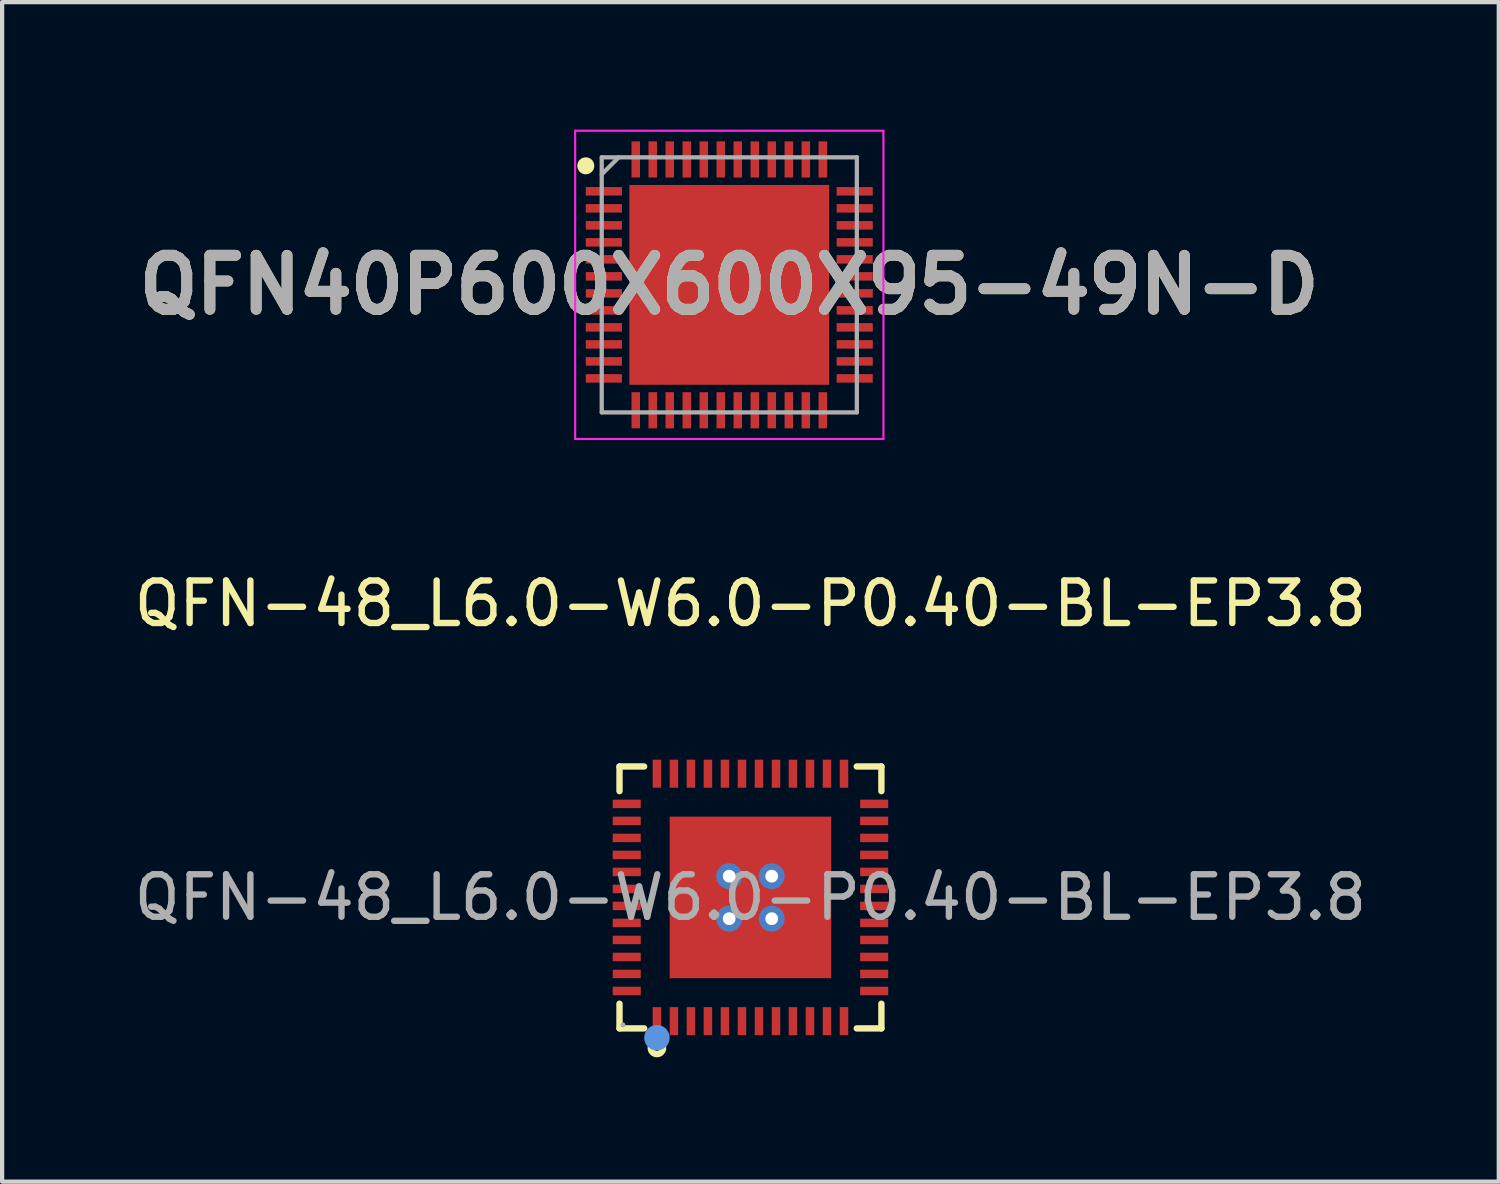
<source format=kicad_pcb>
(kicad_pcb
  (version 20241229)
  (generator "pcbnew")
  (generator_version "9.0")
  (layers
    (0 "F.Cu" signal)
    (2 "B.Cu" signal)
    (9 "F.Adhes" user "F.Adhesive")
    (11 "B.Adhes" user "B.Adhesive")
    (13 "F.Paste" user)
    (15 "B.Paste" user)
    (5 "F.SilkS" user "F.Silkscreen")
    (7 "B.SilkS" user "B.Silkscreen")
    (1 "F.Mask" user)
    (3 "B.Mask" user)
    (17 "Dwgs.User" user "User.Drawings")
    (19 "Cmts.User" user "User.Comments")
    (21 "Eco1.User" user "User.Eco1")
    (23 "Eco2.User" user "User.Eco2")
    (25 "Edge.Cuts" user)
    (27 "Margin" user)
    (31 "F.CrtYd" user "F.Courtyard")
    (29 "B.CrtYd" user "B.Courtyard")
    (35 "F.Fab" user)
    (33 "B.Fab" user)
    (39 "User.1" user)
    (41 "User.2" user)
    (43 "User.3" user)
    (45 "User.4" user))
  (footprint "QFN-48_L6.0-W6.0-P0.40-BL-EP3.8"
    (layer "F.Cu")
    (at 14.601 18.058)
    (property "Reference" "QFN-48_L6.0-W6.0-P0.40-BL-EP3.8" (at 0 -6.91 0) (layer "F.SilkS") (effects (font (size 1 1) (thickness 0.15))))
    (attr smd)
    (fp_line (start -3.08 -3.08) (end -2.5 -3.08) (stroke (width 0.15) (type solid)) (layer "F.SilkS"))
    (fp_line (start -3.08 -2.5) (end -3.08 -3.08) (stroke (width 0.15) (type solid)) (layer "F.SilkS"))
    (fp_line (start -3.08 2.5) (end -3.08 3.08) (stroke (width 0.15) (type solid)) (layer "F.SilkS"))
    (fp_line (start -3.08 3.08) (end -2.5 3.08) (stroke (width 0.15) (type solid)) (layer "F.SilkS"))
    (fp_line (start 3.08 -3.08) (end 2.5 -3.08) (stroke (width 0.15) (type solid)) (layer "F.SilkS"))
    (fp_line (start 3.08 -2.5) (end 3.08 -3.08) (stroke (width 0.15) (type solid)) (layer "F.SilkS"))
    (fp_line (start 3.08 2.5) (end 3.08 3.08) (stroke (width 0.15) (type solid)) (layer "F.SilkS"))
    (fp_line (start 3.08 3.08) (end 2.5 3.08) (stroke (width 0.15) (type solid)) (layer "F.SilkS"))
    (fp_circle (center -2.2 3.54) (end -2.13 3.54) (stroke (width 0.15) (type solid)) (fill no) (layer "F.SilkS"))
    (fp_circle (center -2.2 3.3) (end -2.05 3.3) (stroke (width 0.3) (type solid)) (fill no) (layer "Cmts.User"))
    (fp_circle (center -3 3) (end -2.97 3) (stroke (width 0.06) (type solid)) (fill no) (layer "F.Fab"))
    (fp_text user "${REFERENCE}" (at 0 0 0) (layer "F.Fab") (effects (font (size 1 1) (thickness 0.15))))
    (pad "" thru_hole circle (at -0.5 -0.5) (size 0.61 0.61) (drill 0.3) (layers "*.Cu" "*.Paste" "*.Mask"))
    (pad "" thru_hole circle (at -0.5 0.5) (size 0.61 0.61) (drill 0.3) (layers "*.Cu" "*.Paste" "*.Mask"))
    (pad "" thru_hole circle (at 0.5 -0.5) (size 0.61 0.61) (drill 0.3) (layers "*.Cu" "*.Paste" "*.Mask"))
    (pad "" thru_hole circle (at 0.5 0.5) (size 0.61 0.61) (drill 0.3) (layers "*.Cu" "*.Paste" "*.Mask"))
    (pad "1" smd rect (at -2.2 2.91) (size 0.2 0.66) (layers "F.Cu" "F.Mask" "F.Paste"))
    (pad "2" smd rect (at -1.8 2.91) (size 0.2 0.66) (layers "F.Cu" "F.Mask" "F.Paste"))
    (pad "3" smd rect (at -1.4 2.91) (size 0.2 0.66) (layers "F.Cu" "F.Mask" "F.Paste"))
    (pad "4" smd rect (at -1 2.91) (size 0.2 0.66) (layers "F.Cu" "F.Mask" "F.Paste"))
    (pad "5" smd rect (at -0.6 2.91) (size 0.2 0.66) (layers "F.Cu" "F.Mask" "F.Paste"))
    (pad "6" smd rect (at -0.2 2.91) (size 0.2 0.66) (layers "F.Cu" "F.Mask" "F.Paste"))
    (pad "7" smd rect (at 0.2 2.91) (size 0.2 0.66) (layers "F.Cu" "F.Mask" "F.Paste"))
    (pad "8" smd rect (at 0.6 2.91) (size 0.2 0.66) (layers "F.Cu" "F.Mask" "F.Paste"))
    (pad "9" smd rect (at 1 2.91) (size 0.2 0.66) (layers "F.Cu" "F.Mask" "F.Paste"))
    (pad "10" smd rect (at 1.4 2.91) (size 0.2 0.66) (layers "F.Cu" "F.Mask" "F.Paste"))
    (pad "11" smd rect (at 1.8 2.91) (size 0.2 0.66) (layers "F.Cu" "F.Mask" "F.Paste"))
    (pad "12" smd rect (at 2.2 2.91) (size 0.2 0.66) (layers "F.Cu" "F.Mask" "F.Paste"))
    (pad "13" smd rect (at 2.91 2.2) (size 0.66 0.2) (layers "F.Cu" "F.Mask" "F.Paste"))
    (pad "14" smd rect (at 2.91 1.8) (size 0.66 0.2) (layers "F.Cu" "F.Mask" "F.Paste"))
    (pad "15" smd rect (at 2.91 1.4) (size 0.66 0.2) (layers "F.Cu" "F.Mask" "F.Paste"))
    (pad "16" smd rect (at 2.91 1) (size 0.66 0.2) (layers "F.Cu" "F.Mask" "F.Paste"))
    (pad "17" smd rect (at 2.91 0.6) (size 0.66 0.2) (layers "F.Cu" "F.Mask" "F.Paste"))
    (pad "18" smd rect (at 2.91 0.2) (size 0.66 0.2) (layers "F.Cu" "F.Mask" "F.Paste"))
    (pad "19" smd rect (at 2.91 -0.2) (size 0.66 0.2) (layers "F.Cu" "F.Mask" "F.Paste"))
    (pad "20" smd rect (at 2.91 -0.6) (size 0.66 0.2) (layers "F.Cu" "F.Mask" "F.Paste"))
    (pad "21" smd rect (at 2.91 -1) (size 0.66 0.2) (layers "F.Cu" "F.Mask" "F.Paste"))
    (pad "22" smd rect (at 2.91 -1.4) (size 0.66 0.2) (layers "F.Cu" "F.Mask" "F.Paste"))
    (pad "23" smd rect (at 2.91 -1.8) (size 0.66 0.2) (layers "F.Cu" "F.Mask" "F.Paste"))
    (pad "24" smd rect (at 2.91 -2.2) (size 0.66 0.2) (layers "F.Cu" "F.Mask" "F.Paste"))
    (pad "25" smd rect (at 2.2 -2.91) (size 0.2 0.66) (layers "F.Cu" "F.Mask" "F.Paste"))
    (pad "26" smd rect (at 1.8 -2.91) (size 0.2 0.66) (layers "F.Cu" "F.Mask" "F.Paste"))
    (pad "27" smd rect (at 1.4 -2.91) (size 0.2 0.66) (layers "F.Cu" "F.Mask" "F.Paste"))
    (pad "28" smd rect (at 1 -2.91) (size 0.2 0.66) (layers "F.Cu" "F.Mask" "F.Paste"))
    (pad "29" smd rect (at 0.6 -2.91) (size 0.2 0.66) (layers "F.Cu" "F.Mask" "F.Paste"))
    (pad "30" smd rect (at 0.2 -2.91) (size 0.2 0.66) (layers "F.Cu" "F.Mask" "F.Paste"))
    (pad "31" smd rect (at -0.2 -2.91) (size 0.2 0.66) (layers "F.Cu" "F.Mask" "F.Paste"))
    (pad "32" smd rect (at -0.6 -2.91) (size 0.2 0.66) (layers "F.Cu" "F.Mask" "F.Paste"))
    (pad "33" smd rect (at -1 -2.91) (size 0.2 0.66) (layers "F.Cu" "F.Mask" "F.Paste"))
    (pad "34" smd rect (at -1.4 -2.91) (size 0.2 0.66) (layers "F.Cu" "F.Mask" "F.Paste"))
    (pad "35" smd rect (at -1.8 -2.91) (size 0.2 0.66) (layers "F.Cu" "F.Mask" "F.Paste"))
    (pad "36" smd rect (at -2.2 -2.91) (size 0.2 0.66) (layers "F.Cu" "F.Mask" "F.Paste"))
    (pad "37" smd rect (at -2.91 -2.2) (size 0.66 0.2) (layers "F.Cu" "F.Mask" "F.Paste"))
    (pad "38" smd rect (at -2.91 -1.8) (size 0.66 0.2) (layers "F.Cu" "F.Mask" "F.Paste"))
    (pad "39" smd rect (at -2.91 -1.4) (size 0.66 0.2) (layers "F.Cu" "F.Mask" "F.Paste"))
    (pad "40" smd rect (at -2.91 -1) (size 0.66 0.2) (layers "F.Cu" "F.Mask" "F.Paste"))
    (pad "41" smd rect (at -2.91 -0.6) (size 0.66 0.2) (layers "F.Cu" "F.Mask" "F.Paste"))
    (pad "42" smd rect (at -2.91 -0.2) (size 0.66 0.2) (layers "F.Cu" "F.Mask" "F.Paste"))
    (pad "43" smd rect (at -2.91 0.2) (size 0.66 0.2) (layers "F.Cu" "F.Mask" "F.Paste"))
    (pad "44" smd rect (at -2.91 0.6) (size 0.66 0.2) (layers "F.Cu" "F.Mask" "F.Paste"))
    (pad "45" smd rect (at -2.91 1) (size 0.66 0.2) (layers "F.Cu" "F.Mask" "F.Paste"))
    (pad "46" smd rect (at -2.91 1.4) (size 0.66 0.2) (layers "F.Cu" "F.Mask" "F.Paste"))
    (pad "47" smd rect (at -2.91 1.8) (size 0.66 0.2) (layers "F.Cu" "F.Mask" "F.Paste"))
    (pad "48" smd rect (at -2.91 2.2) (size 0.66 0.2) (layers "F.Cu" "F.Mask" "F.Paste"))
    (pad "49" smd rect (at 0 0) (size 3.8 3.8) (layers "F.Cu" "F.Mask" "F.Paste")))
  (footprint "QFN40P600X600X95-49N-D"
    (layer "F.Cu")
    (at 14.103 3.65)
    (property "Reference" "QFN40P600X600X95-49N-D" (at 0 0 0) (layer "F.SilkS") (effects (font (size 1.27 1.27) (thickness 0.254))))
    (attr smd)
    (fp_circle (center -3.375 -2.8) (end -3.375 -2.7) (stroke (width 0.2) (type solid)) (fill no) (layer "F.SilkS"))
    (fp_line (start -3.625 -3.625) (end 3.625 -3.625) (stroke (width 0.05) (type solid)) (layer "F.CrtYd"))
    (fp_line (start -3.625 3.625) (end -3.625 -3.625) (stroke (width 0.05) (type solid)) (layer "F.CrtYd"))
    (fp_line (start 3.625 -3.625) (end 3.625 3.625) (stroke (width 0.05) (type solid)) (layer "F.CrtYd"))
    (fp_line (start 3.625 3.625) (end -3.625 3.625) (stroke (width 0.05) (type solid)) (layer "F.CrtYd"))
    (fp_line (start -3 -3) (end 3 -3) (stroke (width 0.1) (type solid)) (layer "F.Fab"))
    (fp_line (start -3 -2.6) (end -2.6 -3) (stroke (width 0.1) (type solid)) (layer "F.Fab"))
    (fp_line (start -3 3) (end -3 -3) (stroke (width 0.1) (type solid)) (layer "F.Fab"))
    (fp_line (start 3 -3) (end 3 3) (stroke (width 0.1) (type solid)) (layer "F.Fab"))
    (fp_line (start 3 3) (end -3 3) (stroke (width 0.1) (type solid)) (layer "F.Fab"))
    (fp_text user "${REFERENCE}" (at 0 0 0) (layer "F.Fab") (effects (font (size 1.27 1.27) (thickness 0.254))))
    (pad "1" smd rect (at -2.95 -2.2 90) (size 0.2 0.85) (layers "F.Cu" "F.Mask" "F.Paste"))
    (pad "2" smd rect (at -2.95 -1.8 90) (size 0.2 0.85) (layers "F.Cu" "F.Mask" "F.Paste"))
    (pad "3" smd rect (at -2.95 -1.4 90) (size 0.2 0.85) (layers "F.Cu" "F.Mask" "F.Paste"))
    (pad "4" smd rect (at -2.95 -1 90) (size 0.2 0.85) (layers "F.Cu" "F.Mask" "F.Paste"))
    (pad "5" smd rect (at -2.95 -0.6 90) (size 0.2 0.85) (layers "F.Cu" "F.Mask" "F.Paste"))
    (pad "6" smd rect (at -2.95 -0.2 90) (size 0.2 0.85) (layers "F.Cu" "F.Mask" "F.Paste"))
    (pad "7" smd rect (at -2.95 0.2 90) (size 0.2 0.85) (layers "F.Cu" "F.Mask" "F.Paste"))
    (pad "8" smd rect (at -2.95 0.6 90) (size 0.2 0.85) (layers "F.Cu" "F.Mask" "F.Paste"))
    (pad "9" smd rect (at -2.95 1 90) (size 0.2 0.85) (layers "F.Cu" "F.Mask" "F.Paste"))
    (pad "10" smd rect (at -2.95 1.4 90) (size 0.2 0.85) (layers "F.Cu" "F.Mask" "F.Paste"))
    (pad "11" smd rect (at -2.95 1.8 90) (size 0.2 0.85) (layers "F.Cu" "F.Mask" "F.Paste"))
    (pad "12" smd rect (at -2.95 2.2 90) (size 0.2 0.85) (layers "F.Cu" "F.Mask" "F.Paste"))
    (pad "13" smd rect (at -2.2 2.95) (size 0.2 0.85) (layers "F.Cu" "F.Mask" "F.Paste"))
    (pad "14" smd rect (at -1.8 2.95) (size 0.2 0.85) (layers "F.Cu" "F.Mask" "F.Paste"))
    (pad "15" smd rect (at -1.4 2.95) (size 0.2 0.85) (layers "F.Cu" "F.Mask" "F.Paste"))
    (pad "16" smd rect (at -1 2.95) (size 0.2 0.85) (layers "F.Cu" "F.Mask" "F.Paste"))
    (pad "17" smd rect (at -0.6 2.95) (size 0.2 0.85) (layers "F.Cu" "F.Mask" "F.Paste"))
    (pad "18" smd rect (at -0.2 2.95) (size 0.2 0.85) (layers "F.Cu" "F.Mask" "F.Paste"))
    (pad "19" smd rect (at 0.2 2.95) (size 0.2 0.85) (layers "F.Cu" "F.Mask" "F.Paste"))
    (pad "20" smd rect (at 0.6 2.95) (size 0.2 0.85) (layers "F.Cu" "F.Mask" "F.Paste"))
    (pad "21" smd rect (at 1 2.95) (size 0.2 0.85) (layers "F.Cu" "F.Mask" "F.Paste"))
    (pad "22" smd rect (at 1.4 2.95) (size 0.2 0.85) (layers "F.Cu" "F.Mask" "F.Paste"))
    (pad "23" smd rect (at 1.8 2.95) (size 0.2 0.85) (layers "F.Cu" "F.Mask" "F.Paste"))
    (pad "24" smd rect (at 2.2 2.95) (size 0.2 0.85) (layers "F.Cu" "F.Mask" "F.Paste"))
    (pad "25" smd rect (at 2.95 2.2 90) (size 0.2 0.85) (layers "F.Cu" "F.Mask" "F.Paste"))
    (pad "26" smd rect (at 2.95 1.8 90) (size 0.2 0.85) (layers "F.Cu" "F.Mask" "F.Paste"))
    (pad "27" smd rect (at 2.95 1.4 90) (size 0.2 0.85) (layers "F.Cu" "F.Mask" "F.Paste"))
    (pad "28" smd rect (at 2.95 1 90) (size 0.2 0.85) (layers "F.Cu" "F.Mask" "F.Paste"))
    (pad "29" smd rect (at 2.95 0.6 90) (size 0.2 0.85) (layers "F.Cu" "F.Mask" "F.Paste"))
    (pad "30" smd rect (at 2.95 0.2 90) (size 0.2 0.85) (layers "F.Cu" "F.Mask" "F.Paste"))
    (pad "31" smd rect (at 2.95 -0.2 90) (size 0.2 0.85) (layers "F.Cu" "F.Mask" "F.Paste"))
    (pad "32" smd rect (at 2.95 -0.6 90) (size 0.2 0.85) (layers "F.Cu" "F.Mask" "F.Paste"))
    (pad "33" smd rect (at 2.95 -1 90) (size 0.2 0.85) (layers "F.Cu" "F.Mask" "F.Paste"))
    (pad "34" smd rect (at 2.95 -1.4 90) (size 0.2 0.85) (layers "F.Cu" "F.Mask" "F.Paste"))
    (pad "35" smd rect (at 2.95 -1.8 90) (size 0.2 0.85) (layers "F.Cu" "F.Mask" "F.Paste"))
    (pad "36" smd rect (at 2.95 -2.2 90) (size 0.2 0.85) (layers "F.Cu" "F.Mask" "F.Paste"))
    (pad "37" smd rect (at 2.2 -2.95) (size 0.2 0.85) (layers "F.Cu" "F.Mask" "F.Paste"))
    (pad "38" smd rect (at 1.8 -2.95) (size 0.2 0.85) (layers "F.Cu" "F.Mask" "F.Paste"))
    (pad "39" smd rect (at 1.4 -2.95) (size 0.2 0.85) (layers "F.Cu" "F.Mask" "F.Paste"))
    (pad "40" smd rect (at 1 -2.95) (size 0.2 0.85) (layers "F.Cu" "F.Mask" "F.Paste"))
    (pad "41" smd rect (at 0.6 -2.95) (size 0.2 0.85) (layers "F.Cu" "F.Mask" "F.Paste"))
    (pad "42" smd rect (at 0.2 -2.95) (size 0.2 0.85) (layers "F.Cu" "F.Mask" "F.Paste"))
    (pad "43" smd rect (at -0.2 -2.95) (size 0.2 0.85) (layers "F.Cu" "F.Mask" "F.Paste"))
    (pad "44" smd rect (at -0.6 -2.95) (size 0.2 0.85) (layers "F.Cu" "F.Mask" "F.Paste"))
    (pad "45" smd rect (at -1 -2.95) (size 0.2 0.85) (layers "F.Cu" "F.Mask" "F.Paste"))
    (pad "46" smd rect (at -1.4 -2.95) (size 0.2 0.85) (layers "F.Cu" "F.Mask" "F.Paste"))
    (pad "47" smd rect (at -1.8 -2.95) (size 0.2 0.85) (layers "F.Cu" "F.Mask" "F.Paste"))
    (pad "48" smd rect (at -2.2 -2.95) (size 0.2 0.85) (layers "F.Cu" "F.Mask" "F.Paste"))
    (pad "49" smd rect (at 0 0) (size 4.7 4.7) (layers "F.Cu" "F.Mask" "F.Paste")))
  (gr_rect
    (start -3 -3)
    (end 32.202 24.743)
    (stroke (width 0.1) (type default))
    (fill no)
    (layer "Edge.Cuts")))
</source>
